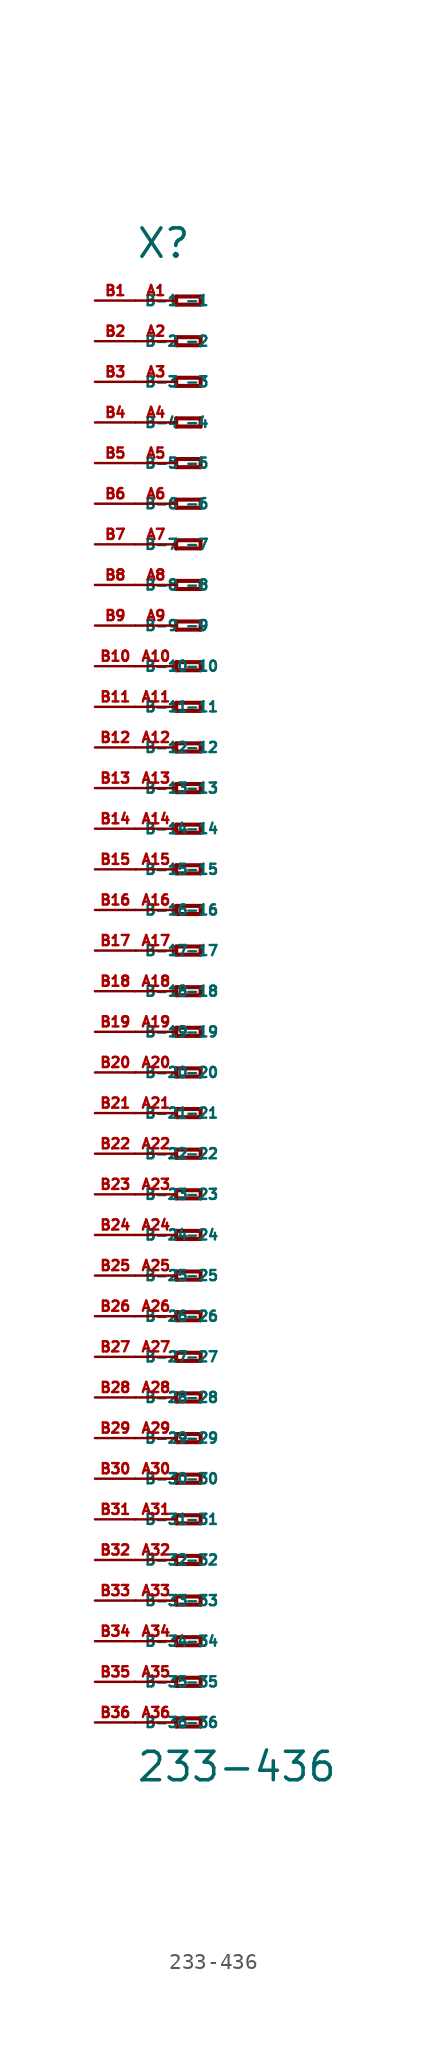
<source format=kicad_sym>
(kicad_symbol_lib
  (version 20220914)
  (generator Eagle2Kicad)
  (symbol "233-436"
    (property "Reference" "X"
      (at -5.08 45.72 0)
      (effects (font (size 1.778 1.778) (thickness 0.22)) (justify left bottom)))
    (property "Value" "233-436"
      (at -5.08 -49.53 0)
      (effects (font (size 1.778 1.778) (thickness 0.22)) (justify left bottom)))
    (polyline
      (pts (xy -2.54 43.434) (xy -2.54 42.926))
      (stroke (width 0.254) (type default))
      (fill (type none)))
    (polyline
      (pts (xy -2.54 42.926) (xy -1.016 42.926))
      (stroke (width 0.254) (type default))
      (fill (type none)))
    (polyline
      (pts (xy -1.016 42.926) (xy -1.016 43.434))
      (stroke (width 0.254) (type default))
      (fill (type none)))
    (polyline
      (pts (xy -1.016 43.434) (xy -2.54 43.434))
      (stroke (width 0.254) (type default))
      (fill (type none)))
    (polyline
      (pts (xy -2.54 40.894) (xy -2.54 40.386))
      (stroke (width 0.254) (type default))
      (fill (type none)))
    (polyline
      (pts (xy -2.54 40.386) (xy -1.016 40.386))
      (stroke (width 0.254) (type default))
      (fill (type none)))
    (polyline
      (pts (xy -1.016 40.386) (xy -1.016 40.894))
      (stroke (width 0.254) (type default))
      (fill (type none)))
    (polyline
      (pts (xy -1.016 40.894) (xy -2.54 40.894))
      (stroke (width 0.254) (type default))
      (fill (type none)))
    (polyline
      (pts (xy -2.54 38.354) (xy -2.54 37.846))
      (stroke (width 0.254) (type default))
      (fill (type none)))
    (polyline
      (pts (xy -2.54 37.846) (xy -1.016 37.846))
      (stroke (width 0.254) (type default))
      (fill (type none)))
    (polyline
      (pts (xy -1.016 37.846) (xy -1.016 38.354))
      (stroke (width 0.254) (type default))
      (fill (type none)))
    (polyline
      (pts (xy -1.016 38.354) (xy -2.54 38.354))
      (stroke (width 0.254) (type default))
      (fill (type none)))
    (polyline
      (pts (xy -2.54 35.814) (xy -2.54 35.306))
      (stroke (width 0.254) (type default))
      (fill (type none)))
    (polyline
      (pts (xy -2.54 35.306) (xy -1.016 35.306))
      (stroke (width 0.254) (type default))
      (fill (type none)))
    (polyline
      (pts (xy -1.016 35.306) (xy -1.016 35.814))
      (stroke (width 0.254) (type default))
      (fill (type none)))
    (polyline
      (pts (xy -1.016 35.814) (xy -2.54 35.814))
      (stroke (width 0.254) (type default))
      (fill (type none)))
    (polyline
      (pts (xy -2.54 33.274) (xy -2.54 32.766))
      (stroke (width 0.254) (type default))
      (fill (type none)))
    (polyline
      (pts (xy -2.54 32.766) (xy -1.016 32.766))
      (stroke (width 0.254) (type default))
      (fill (type none)))
    (polyline
      (pts (xy -1.016 32.766) (xy -1.016 33.274))
      (stroke (width 0.254) (type default))
      (fill (type none)))
    (polyline
      (pts (xy -1.016 33.274) (xy -2.54 33.274))
      (stroke (width 0.254) (type default))
      (fill (type none)))
    (polyline
      (pts (xy -2.54 30.734) (xy -2.54 30.226))
      (stroke (width 0.254) (type default))
      (fill (type none)))
    (polyline
      (pts (xy -2.54 30.226) (xy -1.016 30.226))
      (stroke (width 0.254) (type default))
      (fill (type none)))
    (polyline
      (pts (xy -1.016 30.226) (xy -1.016 30.734))
      (stroke (width 0.254) (type default))
      (fill (type none)))
    (polyline
      (pts (xy -1.016 30.734) (xy -2.54 30.734))
      (stroke (width 0.254) (type default))
      (fill (type none)))
    (polyline
      (pts (xy -2.54 28.194) (xy -2.54 27.686))
      (stroke (width 0.254) (type default))
      (fill (type none)))
    (polyline
      (pts (xy -2.54 27.686) (xy -1.016 27.686))
      (stroke (width 0.254) (type default))
      (fill (type none)))
    (polyline
      (pts (xy -1.016 27.686) (xy -1.016 28.194))
      (stroke (width 0.254) (type default))
      (fill (type none)))
    (polyline
      (pts (xy -1.016 28.194) (xy -2.54 28.194))
      (stroke (width 0.254) (type default))
      (fill (type none)))
    (polyline
      (pts (xy -2.54 25.654) (xy -2.54 25.146))
      (stroke (width 0.254) (type default))
      (fill (type none)))
    (polyline
      (pts (xy -2.54 25.146) (xy -1.016 25.146))
      (stroke (width 0.254) (type default))
      (fill (type none)))
    (polyline
      (pts (xy -1.016 25.146) (xy -1.016 25.654))
      (stroke (width 0.254) (type default))
      (fill (type none)))
    (polyline
      (pts (xy -1.016 25.654) (xy -2.54 25.654))
      (stroke (width 0.254) (type default))
      (fill (type none)))
    (polyline
      (pts (xy -2.54 23.114) (xy -2.54 22.606))
      (stroke (width 0.254) (type default))
      (fill (type none)))
    (polyline
      (pts (xy -2.54 22.606) (xy -1.016 22.606))
      (stroke (width 0.254) (type default))
      (fill (type none)))
    (polyline
      (pts (xy -1.016 22.606) (xy -1.016 23.114))
      (stroke (width 0.254) (type default))
      (fill (type none)))
    (polyline
      (pts (xy -1.016 23.114) (xy -2.54 23.114))
      (stroke (width 0.254) (type default))
      (fill (type none)))
    (polyline
      (pts (xy -2.54 20.574) (xy -2.54 20.066))
      (stroke (width 0.254) (type default))
      (fill (type none)))
    (polyline
      (pts (xy -2.54 20.066) (xy -1.016 20.066))
      (stroke (width 0.254) (type default))
      (fill (type none)))
    (polyline
      (pts (xy -1.016 20.066) (xy -1.016 20.574))
      (stroke (width 0.254) (type default))
      (fill (type none)))
    (polyline
      (pts (xy -1.016 20.574) (xy -2.54 20.574))
      (stroke (width 0.254) (type default))
      (fill (type none)))
    (polyline
      (pts (xy -2.54 18.034) (xy -2.54 17.526))
      (stroke (width 0.254) (type default))
      (fill (type none)))
    (polyline
      (pts (xy -2.54 17.526) (xy -1.016 17.526))
      (stroke (width 0.254) (type default))
      (fill (type none)))
    (polyline
      (pts (xy -1.016 17.526) (xy -1.016 18.034))
      (stroke (width 0.254) (type default))
      (fill (type none)))
    (polyline
      (pts (xy -1.016 18.034) (xy -2.54 18.034))
      (stroke (width 0.254) (type default))
      (fill (type none)))
    (polyline
      (pts (xy -2.54 15.494) (xy -2.54 14.986))
      (stroke (width 0.254) (type default))
      (fill (type none)))
    (polyline
      (pts (xy -2.54 14.986) (xy -1.016 14.986))
      (stroke (width 0.254) (type default))
      (fill (type none)))
    (polyline
      (pts (xy -1.016 14.986) (xy -1.016 15.494))
      (stroke (width 0.254) (type default))
      (fill (type none)))
    (polyline
      (pts (xy -1.016 15.494) (xy -2.54 15.494))
      (stroke (width 0.254) (type default))
      (fill (type none)))
    (polyline
      (pts (xy -2.54 12.954) (xy -2.54 12.446))
      (stroke (width 0.254) (type default))
      (fill (type none)))
    (polyline
      (pts (xy -2.54 12.446) (xy -1.016 12.446))
      (stroke (width 0.254) (type default))
      (fill (type none)))
    (polyline
      (pts (xy -1.016 12.446) (xy -1.016 12.954))
      (stroke (width 0.254) (type default))
      (fill (type none)))
    (polyline
      (pts (xy -1.016 12.954) (xy -2.54 12.954))
      (stroke (width 0.254) (type default))
      (fill (type none)))
    (polyline
      (pts (xy -2.54 10.414) (xy -2.54 9.906))
      (stroke (width 0.254) (type default))
      (fill (type none)))
    (polyline
      (pts (xy -2.54 9.906) (xy -1.016 9.906))
      (stroke (width 0.254) (type default))
      (fill (type none)))
    (polyline
      (pts (xy -1.016 9.906) (xy -1.016 10.414))
      (stroke (width 0.254) (type default))
      (fill (type none)))
    (polyline
      (pts (xy -1.016 10.414) (xy -2.54 10.414))
      (stroke (width 0.254) (type default))
      (fill (type none)))
    (polyline
      (pts (xy -2.54 7.874) (xy -2.54 7.366))
      (stroke (width 0.254) (type default))
      (fill (type none)))
    (polyline
      (pts (xy -2.54 7.366) (xy -1.016 7.366))
      (stroke (width 0.254) (type default))
      (fill (type none)))
    (polyline
      (pts (xy -1.016 7.366) (xy -1.016 7.874))
      (stroke (width 0.254) (type default))
      (fill (type none)))
    (polyline
      (pts (xy -1.016 7.874) (xy -2.54 7.874))
      (stroke (width 0.254) (type default))
      (fill (type none)))
    (polyline
      (pts (xy -2.54 5.334) (xy -2.54 4.826))
      (stroke (width 0.254) (type default))
      (fill (type none)))
    (polyline
      (pts (xy -2.54 4.826) (xy -1.016 4.826))
      (stroke (width 0.254) (type default))
      (fill (type none)))
    (polyline
      (pts (xy -1.016 4.826) (xy -1.016 5.334))
      (stroke (width 0.254) (type default))
      (fill (type none)))
    (polyline
      (pts (xy -1.016 5.334) (xy -2.54 5.334))
      (stroke (width 0.254) (type default))
      (fill (type none)))
    (polyline
      (pts (xy -2.54 2.794) (xy -2.54 2.286))
      (stroke (width 0.254) (type default))
      (fill (type none)))
    (polyline
      (pts (xy -2.54 2.286) (xy -1.016 2.286))
      (stroke (width 0.254) (type default))
      (fill (type none)))
    (polyline
      (pts (xy -1.016 2.286) (xy -1.016 2.794))
      (stroke (width 0.254) (type default))
      (fill (type none)))
    (polyline
      (pts (xy -1.016 2.794) (xy -2.54 2.794))
      (stroke (width 0.254) (type default))
      (fill (type none)))
    (polyline
      (pts (xy -2.54 0.254) (xy -2.54 -0.254))
      (stroke (width 0.254) (type default))
      (fill (type none)))
    (polyline
      (pts (xy -2.54 -0.254) (xy -1.016 -0.254))
      (stroke (width 0.254) (type default))
      (fill (type none)))
    (polyline
      (pts (xy -1.016 -0.254) (xy -1.016 0.254))
      (stroke (width 0.254) (type default))
      (fill (type none)))
    (polyline
      (pts (xy -1.016 0.254) (xy -2.54 0.254))
      (stroke (width 0.254) (type default))
      (fill (type none)))
    (polyline
      (pts (xy -2.54 -2.286) (xy -2.54 -2.794))
      (stroke (width 0.254) (type default))
      (fill (type none)))
    (polyline
      (pts (xy -2.54 -2.794) (xy -1.016 -2.794))
      (stroke (width 0.254) (type default))
      (fill (type none)))
    (polyline
      (pts (xy -1.016 -2.794) (xy -1.016 -2.286))
      (stroke (width 0.254) (type default))
      (fill (type none)))
    (polyline
      (pts (xy -1.016 -2.286) (xy -2.54 -2.286))
      (stroke (width 0.254) (type default))
      (fill (type none)))
    (polyline
      (pts (xy -2.54 -4.826) (xy -2.54 -5.334))
      (stroke (width 0.254) (type default))
      (fill (type none)))
    (polyline
      (pts (xy -2.54 -5.334) (xy -1.016 -5.334))
      (stroke (width 0.254) (type default))
      (fill (type none)))
    (polyline
      (pts (xy -1.016 -5.334) (xy -1.016 -4.826))
      (stroke (width 0.254) (type default))
      (fill (type none)))
    (polyline
      (pts (xy -1.016 -4.826) (xy -2.54 -4.826))
      (stroke (width 0.254) (type default))
      (fill (type none)))
    (polyline
      (pts (xy -2.54 -7.366) (xy -2.54 -7.874))
      (stroke (width 0.254) (type default))
      (fill (type none)))
    (polyline
      (pts (xy -2.54 -7.874) (xy -1.016 -7.874))
      (stroke (width 0.254) (type default))
      (fill (type none)))
    (polyline
      (pts (xy -1.016 -7.874) (xy -1.016 -7.366))
      (stroke (width 0.254) (type default))
      (fill (type none)))
    (polyline
      (pts (xy -1.016 -7.366) (xy -2.54 -7.366))
      (stroke (width 0.254) (type default))
      (fill (type none)))
    (polyline
      (pts (xy -2.54 -9.906) (xy -2.54 -10.414))
      (stroke (width 0.254) (type default))
      (fill (type none)))
    (polyline
      (pts (xy -2.54 -10.414) (xy -1.016 -10.414))
      (stroke (width 0.254) (type default))
      (fill (type none)))
    (polyline
      (pts (xy -1.016 -10.414) (xy -1.016 -9.906))
      (stroke (width 0.254) (type default))
      (fill (type none)))
    (polyline
      (pts (xy -1.016 -9.906) (xy -2.54 -9.906))
      (stroke (width 0.254) (type default))
      (fill (type none)))
    (polyline
      (pts (xy -2.54 -12.446) (xy -2.54 -12.954))
      (stroke (width 0.254) (type default))
      (fill (type none)))
    (polyline
      (pts (xy -2.54 -12.954) (xy -1.016 -12.954))
      (stroke (width 0.254) (type default))
      (fill (type none)))
    (polyline
      (pts (xy -1.016 -12.954) (xy -1.016 -12.446))
      (stroke (width 0.254) (type default))
      (fill (type none)))
    (polyline
      (pts (xy -1.016 -12.446) (xy -2.54 -12.446))
      (stroke (width 0.254) (type default))
      (fill (type none)))
    (polyline
      (pts (xy -2.54 -14.986) (xy -2.54 -15.494))
      (stroke (width 0.254) (type default))
      (fill (type none)))
    (polyline
      (pts (xy -2.54 -15.494) (xy -1.016 -15.494))
      (stroke (width 0.254) (type default))
      (fill (type none)))
    (polyline
      (pts (xy -1.016 -15.494) (xy -1.016 -14.986))
      (stroke (width 0.254) (type default))
      (fill (type none)))
    (polyline
      (pts (xy -1.016 -14.986) (xy -2.54 -14.986))
      (stroke (width 0.254) (type default))
      (fill (type none)))
    (polyline
      (pts (xy -2.54 -17.526) (xy -2.54 -18.034))
      (stroke (width 0.254) (type default))
      (fill (type none)))
    (polyline
      (pts (xy -2.54 -18.034) (xy -1.016 -18.034))
      (stroke (width 0.254) (type default))
      (fill (type none)))
    (polyline
      (pts (xy -1.016 -18.034) (xy -1.016 -17.526))
      (stroke (width 0.254) (type default))
      (fill (type none)))
    (polyline
      (pts (xy -1.016 -17.526) (xy -2.54 -17.526))
      (stroke (width 0.254) (type default))
      (fill (type none)))
    (polyline
      (pts (xy -2.54 -20.066) (xy -2.54 -20.574))
      (stroke (width 0.254) (type default))
      (fill (type none)))
    (polyline
      (pts (xy -2.54 -20.574) (xy -1.016 -20.574))
      (stroke (width 0.254) (type default))
      (fill (type none)))
    (polyline
      (pts (xy -1.016 -20.574) (xy -1.016 -20.066))
      (stroke (width 0.254) (type default))
      (fill (type none)))
    (polyline
      (pts (xy -1.016 -20.066) (xy -2.54 -20.066))
      (stroke (width 0.254) (type default))
      (fill (type none)))
    (polyline
      (pts (xy -2.54 -22.606) (xy -2.54 -23.114))
      (stroke (width 0.254) (type default))
      (fill (type none)))
    (polyline
      (pts (xy -2.54 -23.114) (xy -1.016 -23.114))
      (stroke (width 0.254) (type default))
      (fill (type none)))
    (polyline
      (pts (xy -1.016 -23.114) (xy -1.016 -22.606))
      (stroke (width 0.254) (type default))
      (fill (type none)))
    (polyline
      (pts (xy -1.016 -22.606) (xy -2.54 -22.606))
      (stroke (width 0.254) (type default))
      (fill (type none)))
    (polyline
      (pts (xy -2.54 -25.146) (xy -2.54 -25.654))
      (stroke (width 0.254) (type default))
      (fill (type none)))
    (polyline
      (pts (xy -2.54 -25.654) (xy -1.016 -25.654))
      (stroke (width 0.254) (type default))
      (fill (type none)))
    (polyline
      (pts (xy -1.016 -25.654) (xy -1.016 -25.146))
      (stroke (width 0.254) (type default))
      (fill (type none)))
    (polyline
      (pts (xy -1.016 -25.146) (xy -2.54 -25.146))
      (stroke (width 0.254) (type default))
      (fill (type none)))
    (polyline
      (pts (xy -2.54 -27.686) (xy -2.54 -28.194))
      (stroke (width 0.254) (type default))
      (fill (type none)))
    (polyline
      (pts (xy -2.54 -28.194) (xy -1.016 -28.194))
      (stroke (width 0.254) (type default))
      (fill (type none)))
    (polyline
      (pts (xy -1.016 -28.194) (xy -1.016 -27.686))
      (stroke (width 0.254) (type default))
      (fill (type none)))
    (polyline
      (pts (xy -1.016 -27.686) (xy -2.54 -27.686))
      (stroke (width 0.254) (type default))
      (fill (type none)))
    (polyline
      (pts (xy -2.54 -30.226) (xy -2.54 -30.734))
      (stroke (width 0.254) (type default))
      (fill (type none)))
    (polyline
      (pts (xy -2.54 -30.734) (xy -1.016 -30.734))
      (stroke (width 0.254) (type default))
      (fill (type none)))
    (polyline
      (pts (xy -1.016 -30.734) (xy -1.016 -30.226))
      (stroke (width 0.254) (type default))
      (fill (type none)))
    (polyline
      (pts (xy -1.016 -30.226) (xy -2.54 -30.226))
      (stroke (width 0.254) (type default))
      (fill (type none)))
    (polyline
      (pts (xy -2.54 -32.766) (xy -2.54 -33.274))
      (stroke (width 0.254) (type default))
      (fill (type none)))
    (polyline
      (pts (xy -2.54 -33.274) (xy -1.016 -33.274))
      (stroke (width 0.254) (type default))
      (fill (type none)))
    (polyline
      (pts (xy -1.016 -33.274) (xy -1.016 -32.766))
      (stroke (width 0.254) (type default))
      (fill (type none)))
    (polyline
      (pts (xy -1.016 -32.766) (xy -2.54 -32.766))
      (stroke (width 0.254) (type default))
      (fill (type none)))
    (polyline
      (pts (xy -2.54 -35.306) (xy -2.54 -35.814))
      (stroke (width 0.254) (type default))
      (fill (type none)))
    (polyline
      (pts (xy -2.54 -35.814) (xy -1.016 -35.814))
      (stroke (width 0.254) (type default))
      (fill (type none)))
    (polyline
      (pts (xy -1.016 -35.814) (xy -1.016 -35.306))
      (stroke (width 0.254) (type default))
      (fill (type none)))
    (polyline
      (pts (xy -1.016 -35.306) (xy -2.54 -35.306))
      (stroke (width 0.254) (type default))
      (fill (type none)))
    (polyline
      (pts (xy -2.54 -37.846) (xy -2.54 -38.354))
      (stroke (width 0.254) (type default))
      (fill (type none)))
    (polyline
      (pts (xy -2.54 -38.354) (xy -1.016 -38.354))
      (stroke (width 0.254) (type default))
      (fill (type none)))
    (polyline
      (pts (xy -1.016 -38.354) (xy -1.016 -37.846))
      (stroke (width 0.254) (type default))
      (fill (type none)))
    (polyline
      (pts (xy -1.016 -37.846) (xy -2.54 -37.846))
      (stroke (width 0.254) (type default))
      (fill (type none)))
    (polyline
      (pts (xy -2.54 -40.386) (xy -2.54 -40.894))
      (stroke (width 0.254) (type default))
      (fill (type none)))
    (polyline
      (pts (xy -2.54 -40.894) (xy -1.016 -40.894))
      (stroke (width 0.254) (type default))
      (fill (type none)))
    (polyline
      (pts (xy -1.016 -40.894) (xy -1.016 -40.386))
      (stroke (width 0.254) (type default))
      (fill (type none)))
    (polyline
      (pts (xy -1.016 -40.386) (xy -2.54 -40.386))
      (stroke (width 0.254) (type default))
      (fill (type none)))
    (polyline
      (pts (xy -2.54 -42.926) (xy -2.54 -43.434))
      (stroke (width 0.254) (type default))
      (fill (type none)))
    (polyline
      (pts (xy -2.54 -43.434) (xy -1.016 -43.434))
      (stroke (width 0.254) (type default))
      (fill (type none)))
    (polyline
      (pts (xy -1.016 -43.434) (xy -1.016 -42.926))
      (stroke (width 0.254) (type default))
      (fill (type none)))
    (polyline
      (pts (xy -1.016 -42.926) (xy -2.54 -42.926))
      (stroke (width 0.254) (type default))
      (fill (type none)))
    (polyline
      (pts (xy -2.54 -45.466) (xy -2.54 -45.974))
      (stroke (width 0.254) (type default))
      (fill (type none)))
    (polyline
      (pts (xy -2.54 -45.974) (xy -1.016 -45.974))
      (stroke (width 0.254) (type default))
      (fill (type none)))
    (polyline
      (pts (xy -1.016 -45.974) (xy -1.016 -45.466))
      (stroke (width 0.254) (type default))
      (fill (type none)))
    (polyline
      (pts (xy -1.016 -45.466) (xy -2.54 -45.466))
      (stroke (width 0.254) (type default))
      (fill (type none)))
    (pin passive line
      (at -5.08 43.18 0)
      (length 2.54)
      (name "-1" (effects (font (size 0.635 0.635) (thickness 0.08)) (justify left bottom)))
      (number "A1" (effects (font (size 0.635 0.635) (thickness 0.08)) (justify left bottom))))
    (pin passive line
      (at -5.08 40.64 0)
      (length 2.54)
      (name "-2" (effects (font (size 0.635 0.635) (thickness 0.08)) (justify left bottom)))
      (number "A2" (effects (font (size 0.635 0.635) (thickness 0.08)) (justify left bottom))))
    (pin passive line
      (at -5.08 38.1 0)
      (length 2.54)
      (name "-3" (effects (font (size 0.635 0.635) (thickness 0.08)) (justify left bottom)))
      (number "A3" (effects (font (size 0.635 0.635) (thickness 0.08)) (justify left bottom))))
    (pin passive line
      (at -5.08 35.56 0)
      (length 2.54)
      (name "-4" (effects (font (size 0.635 0.635) (thickness 0.08)) (justify left bottom)))
      (number "A4" (effects (font (size 0.635 0.635) (thickness 0.08)) (justify left bottom))))
    (pin passive line
      (at -5.08 33.02 0)
      (length 2.54)
      (name "-5" (effects (font (size 0.635 0.635) (thickness 0.08)) (justify left bottom)))
      (number "A5" (effects (font (size 0.635 0.635) (thickness 0.08)) (justify left bottom))))
    (pin passive line
      (at -5.08 30.48 0)
      (length 2.54)
      (name "-6" (effects (font (size 0.635 0.635) (thickness 0.08)) (justify left bottom)))
      (number "A6" (effects (font (size 0.635 0.635) (thickness 0.08)) (justify left bottom))))
    (pin passive line
      (at -5.08 27.94 0)
      (length 2.54)
      (name "-7" (effects (font (size 0.635 0.635) (thickness 0.08)) (justify left bottom)))
      (number "A7" (effects (font (size 0.635 0.635) (thickness 0.08)) (justify left bottom))))
    (pin passive line
      (at -5.08 25.4 0)
      (length 2.54)
      (name "-8" (effects (font (size 0.635 0.635) (thickness 0.08)) (justify left bottom)))
      (number "A8" (effects (font (size 0.635 0.635) (thickness 0.08)) (justify left bottom))))
    (pin passive line
      (at -5.08 22.86 0)
      (length 2.54)
      (name "-9" (effects (font (size 0.635 0.635) (thickness 0.08)) (justify left bottom)))
      (number "A9" (effects (font (size 0.635 0.635) (thickness 0.08)) (justify left bottom))))
    (pin passive line
      (at -5.08 20.32 0)
      (length 2.54)
      (name "-10" (effects (font (size 0.635 0.635) (thickness 0.08)) (justify left bottom)))
      (number "A10" (effects (font (size 0.635 0.635) (thickness 0.08)) (justify left bottom))))
    (pin passive line
      (at -5.08 17.78 0)
      (length 2.54)
      (name "-11" (effects (font (size 0.635 0.635) (thickness 0.08)) (justify left bottom)))
      (number "A11" (effects (font (size 0.635 0.635) (thickness 0.08)) (justify left bottom))))
    (pin passive line
      (at -5.08 15.24 0)
      (length 2.54)
      (name "-12" (effects (font (size 0.635 0.635) (thickness 0.08)) (justify left bottom)))
      (number "A12" (effects (font (size 0.635 0.635) (thickness 0.08)) (justify left bottom))))
    (pin passive line
      (at -5.08 12.7 0)
      (length 2.54)
      (name "-13" (effects (font (size 0.635 0.635) (thickness 0.08)) (justify left bottom)))
      (number "A13" (effects (font (size 0.635 0.635) (thickness 0.08)) (justify left bottom))))
    (pin passive line
      (at -5.08 10.16 0)
      (length 2.54)
      (name "-14" (effects (font (size 0.635 0.635) (thickness 0.08)) (justify left bottom)))
      (number "A14" (effects (font (size 0.635 0.635) (thickness 0.08)) (justify left bottom))))
    (pin passive line
      (at -5.08 7.62 0)
      (length 2.54)
      (name "-15" (effects (font (size 0.635 0.635) (thickness 0.08)) (justify left bottom)))
      (number "A15" (effects (font (size 0.635 0.635) (thickness 0.08)) (justify left bottom))))
    (pin passive line
      (at -5.08 5.08 0)
      (length 2.54)
      (name "-16" (effects (font (size 0.635 0.635) (thickness 0.08)) (justify left bottom)))
      (number "A16" (effects (font (size 0.635 0.635) (thickness 0.08)) (justify left bottom))))
    (pin passive line
      (at -5.08 2.54 0)
      (length 2.54)
      (name "-17" (effects (font (size 0.635 0.635) (thickness 0.08)) (justify left bottom)))
      (number "A17" (effects (font (size 0.635 0.635) (thickness 0.08)) (justify left bottom))))
    (pin passive line
      (at -5.08 0 0)
      (length 2.54)
      (name "-18" (effects (font (size 0.635 0.635) (thickness 0.08)) (justify left bottom)))
      (number "A18" (effects (font (size 0.635 0.635) (thickness 0.08)) (justify left bottom))))
    (pin passive line
      (at -5.08 -2.54 0)
      (length 2.54)
      (name "-19" (effects (font (size 0.635 0.635) (thickness 0.08)) (justify left bottom)))
      (number "A19" (effects (font (size 0.635 0.635) (thickness 0.08)) (justify left bottom))))
    (pin passive line
      (at -5.08 -5.08 0)
      (length 2.54)
      (name "-20" (effects (font (size 0.635 0.635) (thickness 0.08)) (justify left bottom)))
      (number "A20" (effects (font (size 0.635 0.635) (thickness 0.08)) (justify left bottom))))
    (pin passive line
      (at -5.08 -7.62 0)
      (length 2.54)
      (name "-21" (effects (font (size 0.635 0.635) (thickness 0.08)) (justify left bottom)))
      (number "A21" (effects (font (size 0.635 0.635) (thickness 0.08)) (justify left bottom))))
    (pin passive line
      (at -5.08 -10.16 0)
      (length 2.54)
      (name "-22" (effects (font (size 0.635 0.635) (thickness 0.08)) (justify left bottom)))
      (number "A22" (effects (font (size 0.635 0.635) (thickness 0.08)) (justify left bottom))))
    (pin passive line
      (at -5.08 -12.7 0)
      (length 2.54)
      (name "-23" (effects (font (size 0.635 0.635) (thickness 0.08)) (justify left bottom)))
      (number "A23" (effects (font (size 0.635 0.635) (thickness 0.08)) (justify left bottom))))
    (pin passive line
      (at -5.08 -15.24 0)
      (length 2.54)
      (name "-24" (effects (font (size 0.635 0.635) (thickness 0.08)) (justify left bottom)))
      (number "A24" (effects (font (size 0.635 0.635) (thickness 0.08)) (justify left bottom))))
    (pin passive line
      (at -5.08 -17.78 0)
      (length 2.54)
      (name "-25" (effects (font (size 0.635 0.635) (thickness 0.08)) (justify left bottom)))
      (number "A25" (effects (font (size 0.635 0.635) (thickness 0.08)) (justify left bottom))))
    (pin passive line
      (at -5.08 -20.32 0)
      (length 2.54)
      (name "-26" (effects (font (size 0.635 0.635) (thickness 0.08)) (justify left bottom)))
      (number "A26" (effects (font (size 0.635 0.635) (thickness 0.08)) (justify left bottom))))
    (pin passive line
      (at -5.08 -22.86 0)
      (length 2.54)
      (name "-27" (effects (font (size 0.635 0.635) (thickness 0.08)) (justify left bottom)))
      (number "A27" (effects (font (size 0.635 0.635) (thickness 0.08)) (justify left bottom))))
    (pin passive line
      (at -5.08 -25.4 0)
      (length 2.54)
      (name "-28" (effects (font (size 0.635 0.635) (thickness 0.08)) (justify left bottom)))
      (number "A28" (effects (font (size 0.635 0.635) (thickness 0.08)) (justify left bottom))))
    (pin passive line
      (at -5.08 -27.94 0)
      (length 2.54)
      (name "-29" (effects (font (size 0.635 0.635) (thickness 0.08)) (justify left bottom)))
      (number "A29" (effects (font (size 0.635 0.635) (thickness 0.08)) (justify left bottom))))
    (pin passive line
      (at -5.08 -30.48 0)
      (length 2.54)
      (name "-30" (effects (font (size 0.635 0.635) (thickness 0.08)) (justify left bottom)))
      (number "A30" (effects (font (size 0.635 0.635) (thickness 0.08)) (justify left bottom))))
    (pin passive line
      (at -5.08 -33.02 0)
      (length 2.54)
      (name "-31" (effects (font (size 0.635 0.635) (thickness 0.08)) (justify left bottom)))
      (number "A31" (effects (font (size 0.635 0.635) (thickness 0.08)) (justify left bottom))))
    (pin passive line
      (at -5.08 -35.56 0)
      (length 2.54)
      (name "-32" (effects (font (size 0.635 0.635) (thickness 0.08)) (justify left bottom)))
      (number "A32" (effects (font (size 0.635 0.635) (thickness 0.08)) (justify left bottom))))
    (pin passive line
      (at -5.08 -38.1 0)
      (length 2.54)
      (name "-33" (effects (font (size 0.635 0.635) (thickness 0.08)) (justify left bottom)))
      (number "A33" (effects (font (size 0.635 0.635) (thickness 0.08)) (justify left bottom))))
    (pin passive line
      (at -5.08 -40.64 0)
      (length 2.54)
      (name "-34" (effects (font (size 0.635 0.635) (thickness 0.08)) (justify left bottom)))
      (number "A34" (effects (font (size 0.635 0.635) (thickness 0.08)) (justify left bottom))))
    (pin passive line
      (at -5.08 -43.18 0)
      (length 2.54)
      (name "-35" (effects (font (size 0.635 0.635) (thickness 0.08)) (justify left bottom)))
      (number "A35" (effects (font (size 0.635 0.635) (thickness 0.08)) (justify left bottom))))
    (pin passive line
      (at -5.08 -45.72 0)
      (length 2.54)
      (name "-36" (effects (font (size 0.635 0.635) (thickness 0.08)) (justify left bottom)))
      (number "A36" (effects (font (size 0.635 0.635) (thickness 0.08)) (justify left bottom))))
    (pin passive line
      (at -7.62 -45.72 0)
      (length 2.54)
      (name "B-36" (effects (font (size 0.635 0.635) (thickness 0.08)) (justify left bottom)))
      (number "B36" (effects (font (size 0.635 0.635) (thickness 0.08)) (justify left bottom))))
    (pin passive line
      (at -7.62 43.18 0)
      (length 2.54)
      (name "B-1" (effects (font (size 0.635 0.635) (thickness 0.08)) (justify left bottom)))
      (number "B1" (effects (font (size 0.635 0.635) (thickness 0.08)) (justify left bottom))))
    (pin passive line
      (at -7.62 40.64 0)
      (length 2.54)
      (name "B-2" (effects (font (size 0.635 0.635) (thickness 0.08)) (justify left bottom)))
      (number "B2" (effects (font (size 0.635 0.635) (thickness 0.08)) (justify left bottom))))
    (pin passive line
      (at -7.62 38.1 0)
      (length 2.54)
      (name "B-3" (effects (font (size 0.635 0.635) (thickness 0.08)) (justify left bottom)))
      (number "B3" (effects (font (size 0.635 0.635) (thickness 0.08)) (justify left bottom))))
    (pin passive line
      (at -7.62 35.56 0)
      (length 2.54)
      (name "B-4" (effects (font (size 0.635 0.635) (thickness 0.08)) (justify left bottom)))
      (number "B4" (effects (font (size 0.635 0.635) (thickness 0.08)) (justify left bottom))))
    (pin passive line
      (at -7.62 33.02 0)
      (length 2.54)
      (name "B-5" (effects (font (size 0.635 0.635) (thickness 0.08)) (justify left bottom)))
      (number "B5" (effects (font (size 0.635 0.635) (thickness 0.08)) (justify left bottom))))
    (pin passive line
      (at -7.62 30.48 0)
      (length 2.54)
      (name "B-6" (effects (font (size 0.635 0.635) (thickness 0.08)) (justify left bottom)))
      (number "B6" (effects (font (size 0.635 0.635) (thickness 0.08)) (justify left bottom))))
    (pin passive line
      (at -7.62 27.94 0)
      (length 2.54)
      (name "B-7" (effects (font (size 0.635 0.635) (thickness 0.08)) (justify left bottom)))
      (number "B7" (effects (font (size 0.635 0.635) (thickness 0.08)) (justify left bottom))))
    (pin passive line
      (at -7.62 25.4 0)
      (length 2.54)
      (name "B-8" (effects (font (size 0.635 0.635) (thickness 0.08)) (justify left bottom)))
      (number "B8" (effects (font (size 0.635 0.635) (thickness 0.08)) (justify left bottom))))
    (pin passive line
      (at -7.62 22.86 0)
      (length 2.54)
      (name "B-9" (effects (font (size 0.635 0.635) (thickness 0.08)) (justify left bottom)))
      (number "B9" (effects (font (size 0.635 0.635) (thickness 0.08)) (justify left bottom))))
    (pin passive line
      (at -7.62 20.32 0)
      (length 2.54)
      (name "B-10" (effects (font (size 0.635 0.635) (thickness 0.08)) (justify left bottom)))
      (number "B10" (effects (font (size 0.635 0.635) (thickness 0.08)) (justify left bottom))))
    (pin passive line
      (at -7.62 17.78 0)
      (length 2.54)
      (name "B-11" (effects (font (size 0.635 0.635) (thickness 0.08)) (justify left bottom)))
      (number "B11" (effects (font (size 0.635 0.635) (thickness 0.08)) (justify left bottom))))
    (pin passive line
      (at -7.62 15.24 0)
      (length 2.54)
      (name "B-12" (effects (font (size 0.635 0.635) (thickness 0.08)) (justify left bottom)))
      (number "B12" (effects (font (size 0.635 0.635) (thickness 0.08)) (justify left bottom))))
    (pin passive line
      (at -7.62 12.7 0)
      (length 2.54)
      (name "B-13" (effects (font (size 0.635 0.635) (thickness 0.08)) (justify left bottom)))
      (number "B13" (effects (font (size 0.635 0.635) (thickness 0.08)) (justify left bottom))))
    (pin passive line
      (at -7.62 10.16 0)
      (length 2.54)
      (name "B-14" (effects (font (size 0.635 0.635) (thickness 0.08)) (justify left bottom)))
      (number "B14" (effects (font (size 0.635 0.635) (thickness 0.08)) (justify left bottom))))
    (pin passive line
      (at -7.62 7.62 0)
      (length 2.54)
      (name "B-15" (effects (font (size 0.635 0.635) (thickness 0.08)) (justify left bottom)))
      (number "B15" (effects (font (size 0.635 0.635) (thickness 0.08)) (justify left bottom))))
    (pin passive line
      (at -7.62 5.08 0)
      (length 2.54)
      (name "B-16" (effects (font (size 0.635 0.635) (thickness 0.08)) (justify left bottom)))
      (number "B16" (effects (font (size 0.635 0.635) (thickness 0.08)) (justify left bottom))))
    (pin passive line
      (at -7.62 2.54 0)
      (length 2.54)
      (name "B-17" (effects (font (size 0.635 0.635) (thickness 0.08)) (justify left bottom)))
      (number "B17" (effects (font (size 0.635 0.635) (thickness 0.08)) (justify left bottom))))
    (pin passive line
      (at -7.62 0 0)
      (length 2.54)
      (name "B-18" (effects (font (size 0.635 0.635) (thickness 0.08)) (justify left bottom)))
      (number "B18" (effects (font (size 0.635 0.635) (thickness 0.08)) (justify left bottom))))
    (pin passive line
      (at -7.62 -2.54 0)
      (length 2.54)
      (name "B-19" (effects (font (size 0.635 0.635) (thickness 0.08)) (justify left bottom)))
      (number "B19" (effects (font (size 0.635 0.635) (thickness 0.08)) (justify left bottom))))
    (pin passive line
      (at -7.62 -5.08 0)
      (length 2.54)
      (name "B-20" (effects (font (size 0.635 0.635) (thickness 0.08)) (justify left bottom)))
      (number "B20" (effects (font (size 0.635 0.635) (thickness 0.08)) (justify left bottom))))
    (pin passive line
      (at -7.62 -7.62 0)
      (length 2.54)
      (name "B-21" (effects (font (size 0.635 0.635) (thickness 0.08)) (justify left bottom)))
      (number "B21" (effects (font (size 0.635 0.635) (thickness 0.08)) (justify left bottom))))
    (pin passive line
      (at -7.62 -10.16 0)
      (length 2.54)
      (name "B-22" (effects (font (size 0.635 0.635) (thickness 0.08)) (justify left bottom)))
      (number "B22" (effects (font (size 0.635 0.635) (thickness 0.08)) (justify left bottom))))
    (pin passive line
      (at -7.62 -12.7 0)
      (length 2.54)
      (name "B-23" (effects (font (size 0.635 0.635) (thickness 0.08)) (justify left bottom)))
      (number "B23" (effects (font (size 0.635 0.635) (thickness 0.08)) (justify left bottom))))
    (pin passive line
      (at -7.62 -15.24 0)
      (length 2.54)
      (name "B-24" (effects (font (size 0.635 0.635) (thickness 0.08)) (justify left bottom)))
      (number "B24" (effects (font (size 0.635 0.635) (thickness 0.08)) (justify left bottom))))
    (pin passive line
      (at -7.62 -17.78 0)
      (length 2.54)
      (name "B-25" (effects (font (size 0.635 0.635) (thickness 0.08)) (justify left bottom)))
      (number "B25" (effects (font (size 0.635 0.635) (thickness 0.08)) (justify left bottom))))
    (pin passive line
      (at -7.62 -20.32 0)
      (length 2.54)
      (name "B-26" (effects (font (size 0.635 0.635) (thickness 0.08)) (justify left bottom)))
      (number "B26" (effects (font (size 0.635 0.635) (thickness 0.08)) (justify left bottom))))
    (pin passive line
      (at -7.62 -22.86 0)
      (length 2.54)
      (name "B-27" (effects (font (size 0.635 0.635) (thickness 0.08)) (justify left bottom)))
      (number "B27" (effects (font (size 0.635 0.635) (thickness 0.08)) (justify left bottom))))
    (pin passive line
      (at -7.62 -25.4 0)
      (length 2.54)
      (name "B-28" (effects (font (size 0.635 0.635) (thickness 0.08)) (justify left bottom)))
      (number "B28" (effects (font (size 0.635 0.635) (thickness 0.08)) (justify left bottom))))
    (pin passive line
      (at -7.62 -27.94 0)
      (length 2.54)
      (name "B-29" (effects (font (size 0.635 0.635) (thickness 0.08)) (justify left bottom)))
      (number "B29" (effects (font (size 0.635 0.635) (thickness 0.08)) (justify left bottom))))
    (pin passive line
      (at -7.62 -30.48 0)
      (length 2.54)
      (name "B-30" (effects (font (size 0.635 0.635) (thickness 0.08)) (justify left bottom)))
      (number "B30" (effects (font (size 0.635 0.635) (thickness 0.08)) (justify left bottom))))
    (pin passive line
      (at -7.62 -33.02 0)
      (length 2.54)
      (name "B-31" (effects (font (size 0.635 0.635) (thickness 0.08)) (justify left bottom)))
      (number "B31" (effects (font (size 0.635 0.635) (thickness 0.08)) (justify left bottom))))
    (pin passive line
      (at -7.62 -35.56 0)
      (length 2.54)
      (name "B-32" (effects (font (size 0.635 0.635) (thickness 0.08)) (justify left bottom)))
      (number "B32" (effects (font (size 0.635 0.635) (thickness 0.08)) (justify left bottom))))
    (pin passive line
      (at -7.62 -38.1 0)
      (length 2.54)
      (name "B-33" (effects (font (size 0.635 0.635) (thickness 0.08)) (justify left bottom)))
      (number "B33" (effects (font (size 0.635 0.635) (thickness 0.08)) (justify left bottom))))
    (pin passive line
      (at -7.62 -40.64 0)
      (length 2.54)
      (name "B-34" (effects (font (size 0.635 0.635) (thickness 0.08)) (justify left bottom)))
      (number "B34" (effects (font (size 0.635 0.635) (thickness 0.08)) (justify left bottom))))
    (pin passive line
      (at -7.62 -43.18 0)
      (length 2.54)
      (name "B-35" (effects (font (size 0.635 0.635) (thickness 0.08)) (justify left bottom)))
      (number "B35" (effects (font (size 0.635 0.635) (thickness 0.08)) (justify left bottom))))))
</source>
